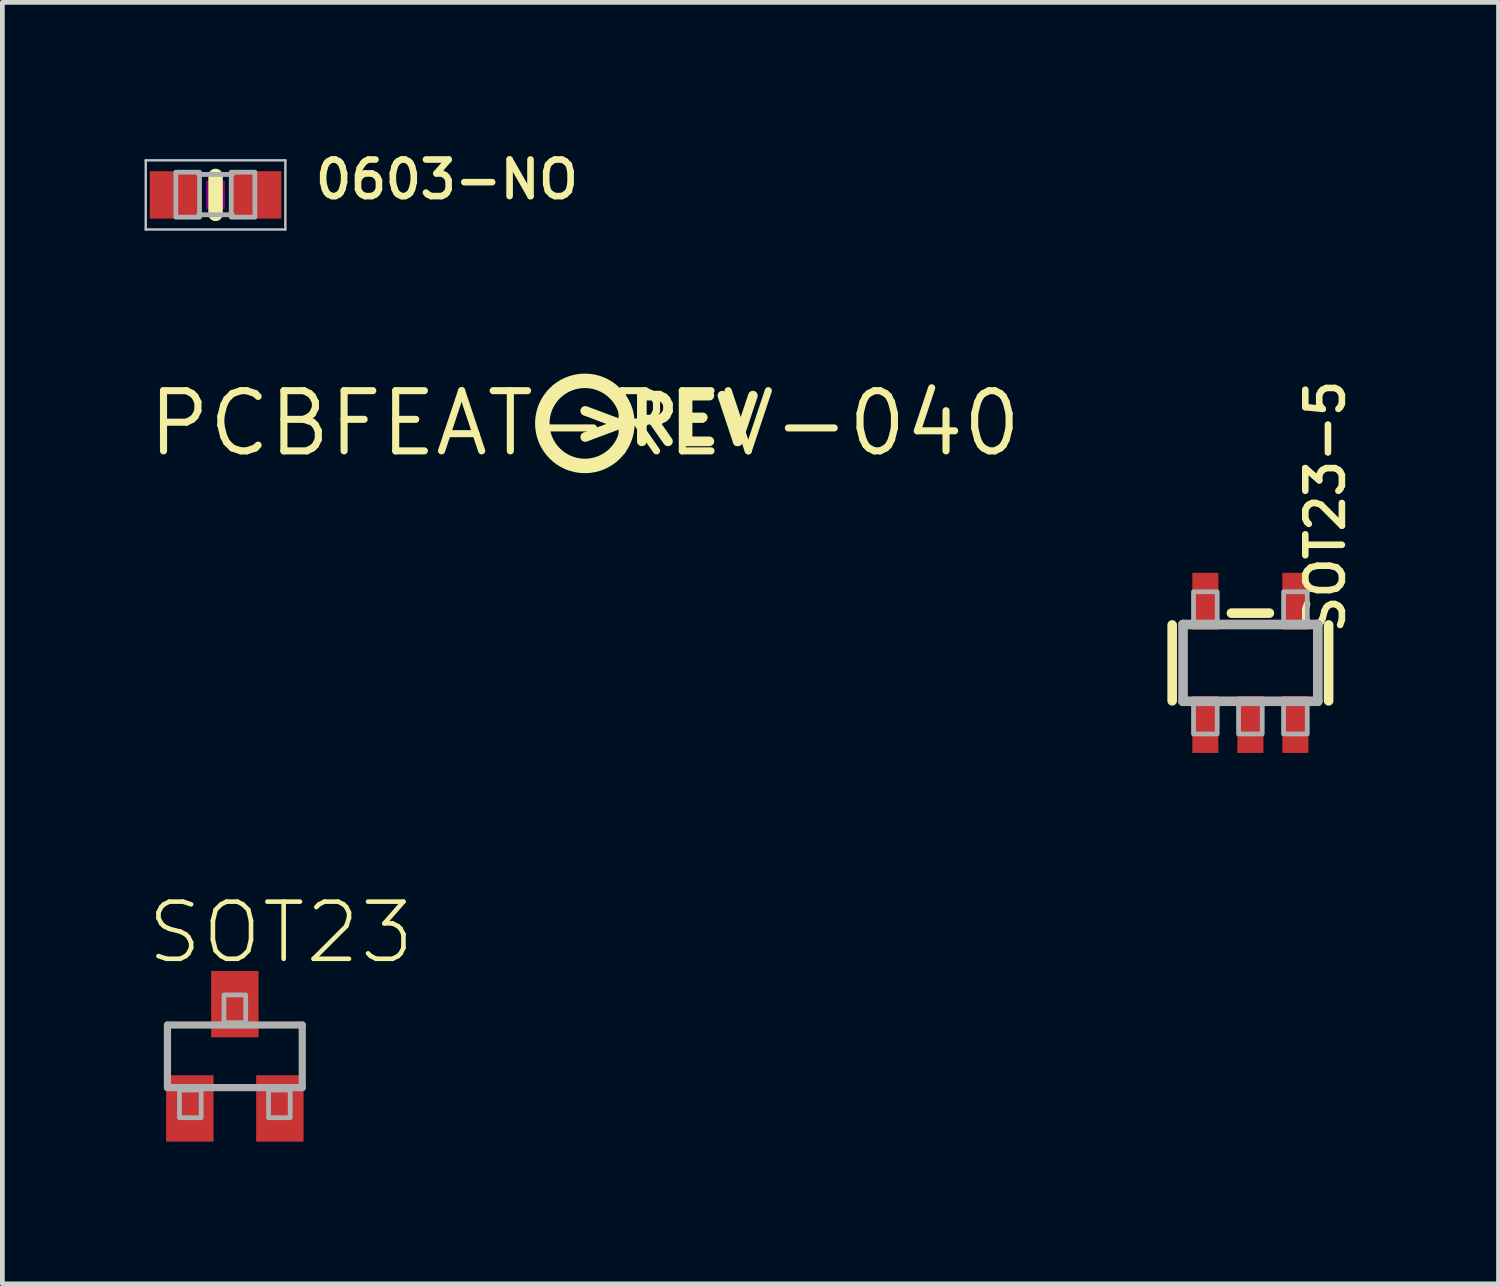
<source format=kicad_pcb>
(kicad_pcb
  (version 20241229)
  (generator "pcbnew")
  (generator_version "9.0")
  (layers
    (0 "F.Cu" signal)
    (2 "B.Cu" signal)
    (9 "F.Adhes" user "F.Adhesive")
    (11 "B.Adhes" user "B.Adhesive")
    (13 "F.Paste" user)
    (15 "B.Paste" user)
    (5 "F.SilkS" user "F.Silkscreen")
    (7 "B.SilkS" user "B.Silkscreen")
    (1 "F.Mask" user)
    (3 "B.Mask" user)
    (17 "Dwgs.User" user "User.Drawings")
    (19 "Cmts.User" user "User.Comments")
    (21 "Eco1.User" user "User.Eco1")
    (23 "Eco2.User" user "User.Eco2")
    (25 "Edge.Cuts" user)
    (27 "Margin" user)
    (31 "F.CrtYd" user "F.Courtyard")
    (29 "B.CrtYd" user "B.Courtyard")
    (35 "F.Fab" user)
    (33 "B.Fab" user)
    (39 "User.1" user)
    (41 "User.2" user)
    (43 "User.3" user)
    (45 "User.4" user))
  (footprint "PCBFEAT-REV-040"
    (layer "F.Cu")
    (at 9.29 5.883)
    (property "Reference" "PCBFEAT-REV-040" (at 0 0 0) (layer "F.SilkS") (effects (font (size 1.27 1.27) (thickness 0.15))))
    (attr through_hole)
    (fp_circle (center 0 0) (end 0.898 0) (stroke (width 0.305) (type solid)) (fill no) (layer "F.SilkS"))
    (fp_text user ">REV" (at -0.356 0.508 0) (layer "F.SilkS") (effects (font (size 0.965 0.965) (thickness 0.203)) (justify left bottom))))
  (footprint "SOT23-5"
    (layer "F.Cu")
    (at 23.332 10.936)
    (property "Reference" "SOT23-5" (at 2.032 -0.562 270) (layer "F.SilkS") (effects (font (size 0.772 0.772) (thickness 0.139)) (justify left bottom)))
    (attr through_hole)
    (fp_line (start -1.65 -0.8) (end -1.65 0.8) (stroke (width 0.203) (type solid)) (layer "F.SilkS"))
    (fp_line (start -0.4 -1.05) (end 0.4 -1.05) (stroke (width 0.203) (type solid)) (layer "F.SilkS"))
    (fp_line (start 1.65 -0.8) (end 1.65 0.8) (stroke (width 0.203) (type solid)) (layer "F.SilkS"))
    (fp_line (start -1.422 -0.81) (end 1.422 -0.81) (stroke (width 0.203) (type solid)) (layer "F.Fab"))
    (fp_line (start -1.422 0.81) (end -1.422 -0.81) (stroke (width 0.203) (type solid)) (layer "F.Fab"))
    (fp_line (start 1.422 -0.81) (end 1.422 0.81) (stroke (width 0.203) (type solid)) (layer "F.Fab"))
    (fp_line (start 1.422 0.81) (end -1.422 0.81) (stroke (width 0.203) (type solid)) (layer "F.Fab"))
    (fp_poly (pts (xy -1.2 -0.85) (xy -0.7 -0.85) (xy -0.7 -1.5) (xy -1.2 -1.5)) (stroke (width 0.1) (type solid)) (fill no) (layer "F.Fab"))
    (fp_poly (pts (xy -1.2 1.5) (xy -0.7 1.5) (xy -0.7 0.85) (xy -1.2 0.85)) (stroke (width 0.1) (type solid)) (fill no) (layer "F.Fab"))
    (fp_poly (pts (xy -0.25 1.5) (xy 0.25 1.5) (xy 0.25 0.85) (xy -0.25 0.85)) (stroke (width 0.1) (type solid)) (fill no) (layer "F.Fab"))
    (fp_poly (pts (xy 0.7 -0.85) (xy 1.2 -0.85) (xy 1.2 -1.5) (xy 0.7 -1.5)) (stroke (width 0.1) (type solid)) (fill no) (layer "F.Fab"))
    (fp_poly (pts (xy 0.7 1.5) (xy 1.2 1.5) (xy 1.2 0.85) (xy 0.7 0.85)) (stroke (width 0.1) (type solid)) (fill no) (layer "F.Fab"))
    (pad "1" smd rect (at -0.95 1.3) (size 0.55 1.2) (layers "F.Cu" "F.Mask" "F.Paste"))
    (pad "2" smd rect (at 0 1.3) (size 0.55 1.2) (layers "F.Cu" "F.Mask" "F.Paste"))
    (pad "3" smd rect (at 0.95 1.3) (size 0.55 1.2) (layers "F.Cu" "F.Mask" "F.Paste"))
    (pad "4" smd rect (at 0.95 -1.3) (size 0.55 1.2) (layers "F.Cu" "F.Mask" "F.Paste"))
    (pad "5" smd rect (at -0.95 -1.3) (size 0.55 1.2) (layers "F.Cu" "F.Mask" "F.Paste")))
  (footprint "0603-NO"
    (layer "F.Cu")
    (at 1.498 1.062)
    (property "Reference" "0603-NO" (at 2.032 0.127 0) (layer "F.SilkS") (effects (font (size 0.772 0.772) (thickness 0.139)) (justify left bottom)))
    (attr through_hole)
    (fp_line (start 0 -0.4) (end 0 0.4) (stroke (width 0.305) (type solid)) (layer "F.SilkS"))
    (fp_poly (pts (xy -0.2 0.3) (xy 0.2 0.3) (xy 0.2 -0.3) (xy -0.2 -0.3)) (stroke (width 0) (type solid)) (fill yes) (layer "F.Adhes"))
    (fp_line (start -1.473 -0.729) (end 1.473 -0.729) (stroke (width 0.051) (type solid)) (layer "Dwgs.User"))
    (fp_line (start -1.473 0.729) (end -1.473 -0.729) (stroke (width 0.051) (type solid)) (layer "Dwgs.User"))
    (fp_line (start 1.473 -0.729) (end 1.473 0.729) (stroke (width 0.051) (type solid)) (layer "Dwgs.User"))
    (fp_line (start 1.473 0.729) (end -1.473 0.729) (stroke (width 0.051) (type solid)) (layer "Dwgs.User"))
    (fp_line (start -0.356 -0.432) (end 0.356 -0.432) (stroke (width 0.102) (type solid)) (layer "F.Fab"))
    (fp_line (start -0.356 0.419) (end 0.356 0.419) (stroke (width 0.102) (type solid)) (layer "F.Fab"))
    (fp_poly (pts (xy -0.838 0.47) (xy -0.338 0.47) (xy -0.338 -0.48) (xy -0.838 -0.48)) (stroke (width 0.1) (type solid)) (fill no) (layer "F.Fab"))
    (fp_poly (pts (xy 0.33 0.47) (xy 0.83 0.47) (xy 0.83 -0.48) (xy 0.33 -0.48)) (stroke (width 0.1) (type solid)) (fill no) (layer "F.Fab"))
    (pad "1" smd rect (at -0.85 0) (size 1.075 1) (layers "F.Cu" "F.Mask" "F.Paste"))
    (pad "2" smd rect (at 0.85 0) (size 1.075 1) (layers "F.Cu" "F.Mask" "F.Paste")))
  (footprint "SOT23"
    (layer "F.Cu")
    (at 1.905 19.237)
    (property "Reference" "SOT23" (at -1.905 -1.905 0) (layer "F.SilkS") (effects (font (size 1.206 1.206) (thickness 0.097)) (justify left bottom)))
    (attr through_hole)
    (fp_line (start -1.422 -0.66) (end 1.422 -0.66) (stroke (width 0.152) (type solid)) (layer "F.Fab"))
    (fp_line (start -1.422 0.66) (end -1.422 -0.66) (stroke (width 0.152) (type solid)) (layer "F.Fab"))
    (fp_line (start 1.422 -0.66) (end 1.422 0.66) (stroke (width 0.152) (type solid)) (layer "F.Fab"))
    (fp_line (start 1.422 0.66) (end -1.422 0.66) (stroke (width 0.152) (type solid)) (layer "F.Fab"))
    (fp_poly (pts (xy -1.168 1.295) (xy -0.711 1.295) (xy -0.711 0.711) (xy -1.168 0.711)) (stroke (width 0.1) (type solid)) (fill no) (layer "F.Fab"))
    (fp_poly (pts (xy -0.229 -0.711) (xy 0.229 -0.711) (xy 0.229 -1.295) (xy -0.229 -1.295)) (stroke (width 0.1) (type solid)) (fill no) (layer "F.Fab"))
    (fp_poly (pts (xy 0.711 1.295) (xy 1.168 1.295) (xy 1.168 0.711) (xy 0.711 0.711)) (stroke (width 0.1) (type solid)) (fill no) (layer "F.Fab"))
    (pad "1" smd rect (at -0.95 1.1) (size 1 1.4) (layers "F.Cu" "F.Mask" "F.Paste"))
    (pad "2" smd rect (at 0.95 1.1) (size 1 1.4) (layers "F.Cu" "F.Mask" "F.Paste"))
    (pad "3" smd rect (at 0 -1.1) (size 1 1.4) (layers "F.Cu" "F.Mask" "F.Paste")))
  (gr_rect
    (start -3 -3)
    (end 28.567 24.037)
    (stroke (width 0.1) (type default))
    (fill no)
    (layer "Edge.Cuts")))
</source>
